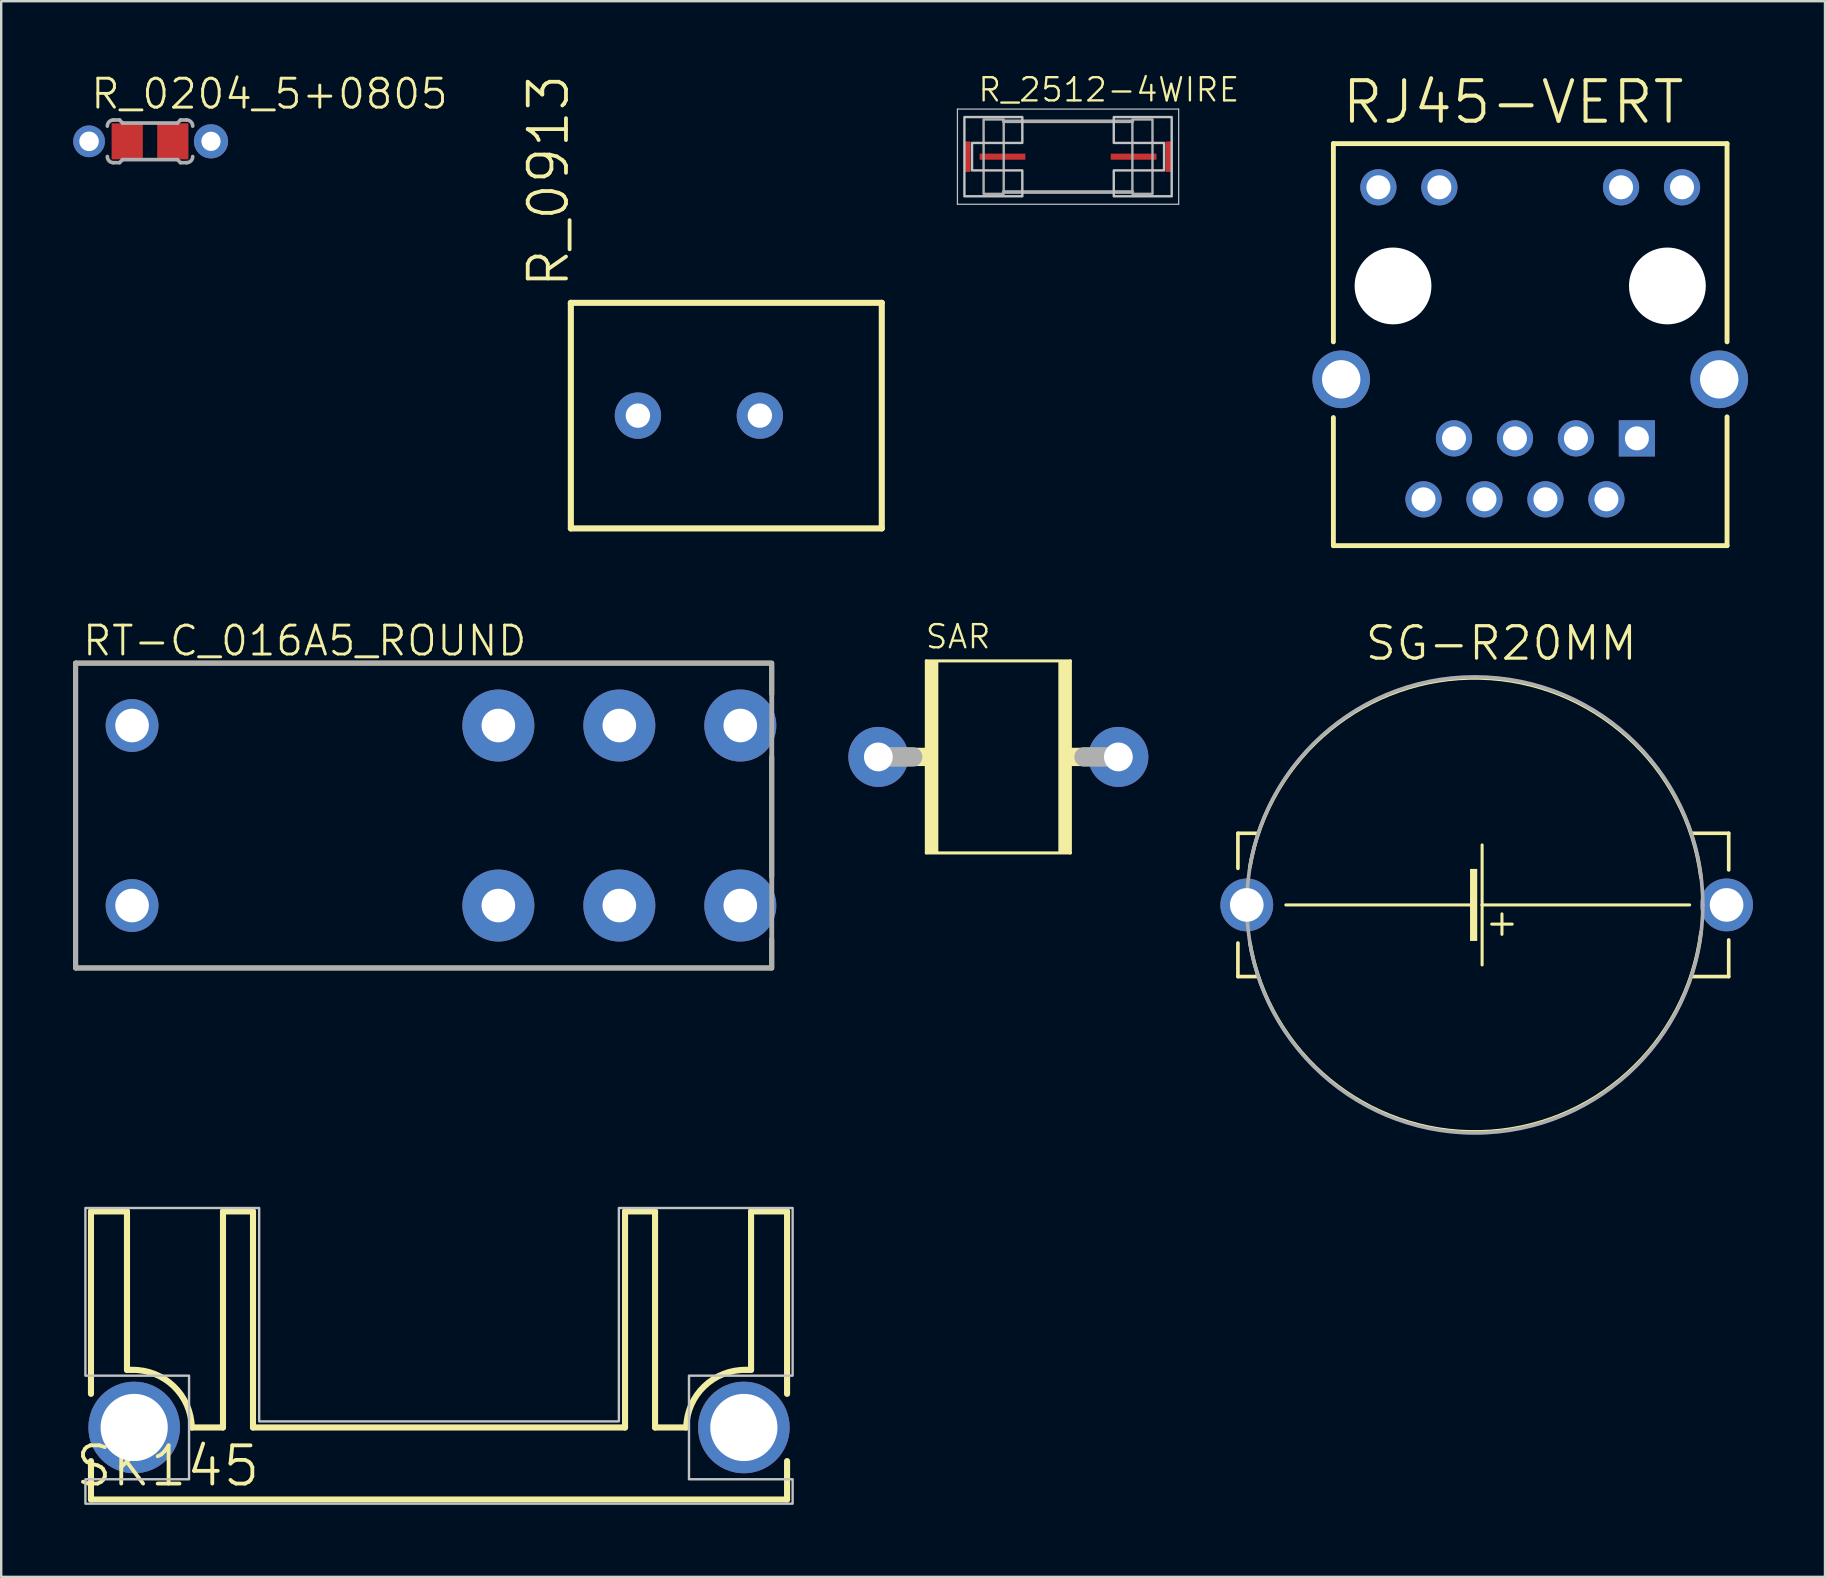
<source format=kicad_pcb>
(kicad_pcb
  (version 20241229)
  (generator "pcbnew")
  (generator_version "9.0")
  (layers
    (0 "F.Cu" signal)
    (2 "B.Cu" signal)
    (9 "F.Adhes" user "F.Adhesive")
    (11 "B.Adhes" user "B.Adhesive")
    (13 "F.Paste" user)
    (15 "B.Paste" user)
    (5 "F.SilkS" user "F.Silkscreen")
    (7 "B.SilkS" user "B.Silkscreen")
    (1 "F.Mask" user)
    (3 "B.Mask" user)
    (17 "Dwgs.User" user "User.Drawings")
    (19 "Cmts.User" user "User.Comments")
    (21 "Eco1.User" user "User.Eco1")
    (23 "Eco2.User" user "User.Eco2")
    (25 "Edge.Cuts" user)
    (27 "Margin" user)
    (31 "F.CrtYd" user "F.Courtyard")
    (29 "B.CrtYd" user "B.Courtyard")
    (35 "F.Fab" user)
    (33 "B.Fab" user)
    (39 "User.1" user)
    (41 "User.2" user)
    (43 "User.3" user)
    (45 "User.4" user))
  (footprint "SAR"
    (layer "F.Cu")
    (at 33.542 28.484)
    (property "Reference" "SAR" (at 1.905 -4.445 180) (layer "F.SilkS") (effects (font (size 0.965 0.965) (thickness 0.097)) (justify left bottom)))
    (attr through_hole)
    (fp_line (start 2 -4) (end 8 -4) (stroke (width 0.127) (type solid)) (layer "F.SilkS"))
    (fp_line (start 2 4) (end 2 -4) (stroke (width 0.127) (type solid)) (layer "F.SilkS"))
    (fp_line (start 8 -4) (end 8 4) (stroke (width 0.127) (type solid)) (layer "F.SilkS"))
    (fp_line (start 8 4) (end 2 4) (stroke (width 0.127) (type solid)) (layer "F.SilkS"))
    (fp_poly (pts (xy 1.46 0.381) (xy 2.032 0.381) (xy 2.032 -0.381) (xy 1.46 -0.381)) (stroke (width 0) (type solid)) (fill yes) (layer "F.SilkS"))
    (fp_poly (pts (xy 2 4) (xy 2.5 4) (xy 2.5 -4) (xy 2 -4)) (stroke (width 0) (type solid)) (fill yes) (layer "F.SilkS"))
    (fp_poly (pts (xy 7.5 4) (xy 8 4) (xy 8 -4) (xy 7.5 -4)) (stroke (width 0) (type solid)) (fill yes) (layer "F.SilkS"))
    (fp_poly (pts (xy 8.001 0.381) (xy 8.572 0.381) (xy 8.572 -0.381) (xy 8.001 -0.381)) (stroke (width 0) (type solid)) (fill yes) (layer "F.SilkS"))
    (fp_line (start 0 0) (end 1.429 0) (stroke (width 0.813) (type solid)) (layer "F.Fab"))
    (fp_line (start 8.572 0) (end 10 0) (stroke (width 0.813) (type solid)) (layer "F.Fab"))
    (pad "P$1" thru_hole circle (at 0 0) (size 2.5 2.5) (drill 1.2) (layers "*.Cu" "*.Mask"))
    (pad "P$2" thru_hole circle (at 10 0) (size 2.5 2.5) (drill 1.2) (layers "*.Cu" "*.Mask")))
  (footprint "R_0204_5+0805"
    (layer "F.Cu")
    (at 3.2 2.838)
    (property "Reference" "R_0204_5+0805" (at -2.54 -1.27 0) (layer "F.SilkS") (effects (font (size 1.206 1.206) (thickness 0.121)) (justify left bottom)))
    (attr through_hole)
    (fp_line (start -1.524 -0.889) (end -1.27 -0.889) (stroke (width 0.152) (type solid)) (layer "F.Fab"))
    (fp_line (start -1.524 0.889) (end -1.27 0.889) (stroke (width 0.152) (type solid)) (layer "F.Fab"))
    (fp_line (start -1.143 -0.762) (end -1.27 -0.889) (stroke (width 0.152) (type solid)) (layer "F.Fab"))
    (fp_line (start -1.143 0.762) (end -1.27 0.889) (stroke (width 0.152) (type solid)) (layer "F.Fab"))
    (fp_line (start 1.143 -0.762) (end -1.143 -0.762) (stroke (width 0.152) (type solid)) (layer "F.Fab"))
    (fp_line (start 1.143 -0.762) (end 1.27 -0.889) (stroke (width 0.152) (type solid)) (layer "F.Fab"))
    (fp_line (start 1.143 0.762) (end -1.143 0.762) (stroke (width 0.152) (type solid)) (layer "F.Fab"))
    (fp_line (start 1.143 0.762) (end 1.27 0.889) (stroke (width 0.152) (type solid)) (layer "F.Fab"))
    (fp_line (start 1.524 -0.889) (end 1.27 -0.889) (stroke (width 0.152) (type solid)) (layer "F.Fab"))
    (fp_line (start 1.524 0.889) (end 1.27 0.889) (stroke (width 0.152) (type solid)) (layer "F.Fab"))
    (fp_arc (start -1.778 -0.635) (mid -1.703605 -0.814605) (end -1.524 -0.889) (stroke (width 0.1524) (type solid)) (layer "F.Fab"))
    (fp_arc (start -1.524 0.889) (mid -1.703605 0.814605) (end -1.778 0.635) (stroke (width 0.1524) (type solid)) (layer "F.Fab"))
    (fp_arc (start 1.524 -0.889) (mid 1.703605 -0.814605) (end 1.778 -0.635) (stroke (width 0.1524) (type solid)) (layer "F.Fab"))
    (fp_arc (start 1.778 0.635) (mid 1.703605 0.814605) (end 1.524 0.889) (stroke (width 0.1524) (type solid)) (layer "F.Fab"))
    (pad "1" smd rect (at -0.95 0) (size 1.3 1.5) (layers "F.Cu" "F.Mask" "F.Paste"))
    (pad "1.1" thru_hole circle (at -2.54 0 180) (size 1.321 1.321) (drill 0.813) (layers "*.Cu" "*.Mask"))
    (pad "2" smd rect (at 0.95 0) (size 1.3 1.5) (layers "F.Cu" "F.Mask" "F.Paste"))
    (pad "2.1" thru_hole circle (at 2.54 0 90) (size 1.422 1.422) (drill 0.8) (layers "*.Cu" "*.Mask")))
  (footprint "R_0913"
    (layer "F.Cu")
    (at 27.082 14.265)
    (property "Reference" "R_0913" (at -6.35 -5.232 90) (layer "F.SilkS") (effects (font (size 1.593 1.593) (thickness 0.159)) (justify left bottom)))
    (attr through_hole)
    (fp_line (start -6.35 -4.699) (end 6.604 -4.699) (stroke (width 0.254) (type solid)) (layer "F.SilkS"))
    (fp_line (start -6.35 4.699) (end -6.35 -4.699) (stroke (width 0.254) (type solid)) (layer "F.SilkS"))
    (fp_line (start 6.604 -4.699) (end 6.604 4.699) (stroke (width 0.254) (type solid)) (layer "F.SilkS"))
    (fp_line (start 6.604 4.699) (end -6.35 4.699) (stroke (width 0.254) (type solid)) (layer "F.SilkS"))
    (pad "1" thru_hole circle (at -3.556 0) (size 1.93 1.93) (drill 1.016) (layers "*.Cu" "*.Mask"))
    (pad "2" thru_hole circle (at 1.524 0) (size 1.93 1.93) (drill 1.016) (layers "*.Cu" "*.Mask")))
  (footprint "RT-C_016A5_ROUND"
    (layer "F.Cu")
    (at 2.452 27.176)
    (property "Reference" "RT-C_016A5_ROUND" (at -2.132 -2.824 0) (layer "F.SilkS") (effects (font (size 1.206 1.206) (thickness 0.121)) (justify left bottom)))
    (attr through_hole)
    (fp_line (start -2.35 -2.6) (end 26.6 -2.6) (stroke (width 0.203) (type solid)) (layer "F.SilkS"))
    (fp_line (start -2.35 10.1) (end -2.35 -2.6) (stroke (width 0.203) (type solid)) (layer "F.SilkS"))
    (fp_line (start -2.35 10.1) (end 26.65 10.1) (stroke (width 0.203) (type solid)) (layer "F.SilkS"))
    (fp_line (start 26.65 -1.3) (end 26.65 -2.6) (stroke (width 0.203) (type solid)) (layer "F.SilkS"))
    (fp_line (start 26.65 6.3) (end 26.65 1.3) (stroke (width 0.203) (type solid)) (layer "F.SilkS"))
    (fp_line (start 26.65 10.1) (end 26.65 8.9) (stroke (width 0.203) (type solid)) (layer "F.SilkS"))
    (fp_line (start -2.35 -2.6) (end 26.6 -2.6) (stroke (width 0.203) (type solid)) (layer "F.Fab"))
    (fp_line (start -2.35 10.1) (end -2.35 -2.6) (stroke (width 0.203) (type solid)) (layer "F.Fab"))
    (fp_line (start 26.65 -2.6) (end 26.65 10.03) (stroke (width 0.203) (type solid)) (layer "F.Fab"))
    (fp_line (start 26.65 10.1) (end -2.35 10.1) (stroke (width 0.203) (type solid)) (layer "F.Fab"))
    (pad "11A" thru_hole circle (at 20.3 0 90) (size 3 3) (drill 1.4) (layers "*.Cu" "*.Mask"))
    (pad "11B" thru_hole circle (at 20.3 7.5 90) (size 3 3) (drill 1.4) (layers "*.Cu" "*.Mask"))
    (pad "12A" thru_hole circle (at 15.26 0 90) (size 3 3) (drill 1.4) (layers "*.Cu" "*.Mask"))
    (pad "12B" thru_hole circle (at 15.26 7.5 90) (size 3 3) (drill 1.4) (layers "*.Cu" "*.Mask"))
    (pad "14A" thru_hole circle (at 25.34 0 90) (size 3 3) (drill 1.4) (layers "*.Cu" "*.Mask"))
    (pad "14B" thru_hole circle (at 25.34 7.5 90) (size 3 3) (drill 1.4) (layers "*.Cu" "*.Mask"))
    (pad "A1" thru_hole circle (at 0 7.5) (size 2.2 2.2) (drill 1.4) (layers "*.Cu" "*.Mask"))
    (pad "A2" thru_hole circle (at 0 0) (size 2.2 2.2) (drill 1.4) (layers "*.Cu" "*.Mask")))
  (footprint "SK145"
    (layer "F.Cu")
    (at 15.24 56.42)
    (property "Reference" "SK145" (at -15.24 2.54 180) (layer "F.SilkS") (effects (font (size 1.593 1.593) (thickness 0.159)) (justify left bottom)))
    (attr through_hole)
    (fp_line (start -14.5 -9) (end -14.5 -1.4) (stroke (width 0.254) (type solid)) (layer "F.SilkS"))
    (fp_line (start -14.5 -9) (end -13 -9) (stroke (width 0.254) (type solid)) (layer "F.SilkS"))
    (fp_line (start -14.5 1.4) (end -14.5 3) (stroke (width 0.254) (type solid)) (layer "F.SilkS"))
    (fp_line (start -14.5 3) (end 14.5 3) (stroke (width 0.254) (type solid)) (layer "F.SilkS"))
    (fp_line (start -13 -9) (end -13 -2.4) (stroke (width 0.254) (type solid)) (layer "F.SilkS"))
    (fp_line (start -13 -2.4) (end -12.8 -2.4) (stroke (width 0.254) (type solid)) (layer "F.SilkS"))
    (fp_line (start -10.3 0) (end -9 0) (stroke (width 0.254) (type solid)) (layer "F.SilkS"))
    (fp_line (start -9 -9) (end -7.75 -9) (stroke (width 0.254) (type solid)) (layer "F.SilkS"))
    (fp_line (start -9 0) (end -9 -9) (stroke (width 0.254) (type solid)) (layer "F.SilkS"))
    (fp_line (start -7.75 -9) (end -7.75 0) (stroke (width 0.254) (type solid)) (layer "F.SilkS"))
    (fp_line (start 7.75 -9) (end 7.75 0) (stroke (width 0.254) (type solid)) (layer "F.SilkS"))
    (fp_line (start 7.75 0) (end -7.75 0) (stroke (width 0.254) (type solid)) (layer "F.SilkS"))
    (fp_line (start 9 -9) (end 7.75 -9) (stroke (width 0.254) (type solid)) (layer "F.SilkS"))
    (fp_line (start 9 0) (end 9 -9) (stroke (width 0.254) (type solid)) (layer "F.SilkS"))
    (fp_line (start 10.3 0) (end 9 0) (stroke (width 0.254) (type solid)) (layer "F.SilkS"))
    (fp_line (start 13 -9) (end 13 -2.4) (stroke (width 0.254) (type solid)) (layer "F.SilkS"))
    (fp_line (start 13 -2.4) (end 12.8 -2.4) (stroke (width 0.254) (type solid)) (layer "F.SilkS"))
    (fp_line (start 14.5 -9) (end 13 -9) (stroke (width 0.254) (type solid)) (layer "F.SilkS"))
    (fp_line (start 14.5 -9) (end 14.5 -1.4) (stroke (width 0.254) (type solid)) (layer "F.SilkS"))
    (fp_line (start 14.5 1.4) (end 14.5 3) (stroke (width 0.254) (type solid)) (layer "F.SilkS"))
    (fp_arc (start -12.8 -2.4) (mid -11.052944 -1.717767) (end -10.3 0) (stroke (width 0.254) (type solid)) (layer "F.SilkS"))
    (fp_arc (start 10.3 0) (mid 11.052944 -1.717767) (end 12.8 -2.4) (stroke (width 0.254) (type solid)) (layer "F.SilkS"))
    (fp_poly (pts (xy 7.493 -9.144) (xy 14.732 -9.144) (xy 14.732 -2.159) (xy 10.414 -2.159) (xy 10.414 2.159) (xy 14.732 2.159) (xy 14.732 3.175) (xy -14.732 3.175) (xy -14.732 2.159) (xy -10.414 2.159) (xy -10.414 -2.159) (xy -14.732 -2.159) (xy -14.732 -9.144) (xy -7.493 -9.144) (xy -7.493 -0.254) (xy 7.493 -0.254)) (stroke (width 0.1) (type solid)) (fill no) (layer "Dwgs.User"))
    (pad "1" thru_hole circle (at -12.7 0) (size 3.816 3.816) (drill 2.8) (layers "*.Cu" "*.Mask"))
    (pad "2" thru_hole circle (at 12.7 0) (size 3.816 3.816) (drill 2.8) (layers "*.Cu" "*.Mask")))
  (footprint "R_2512-4WIRE"
    (layer "F.Cu")
    (at 41.446 3.477)
    (property "Reference" "R_2512-4WIRE" (at -3.81 -2.223 180) (layer "F.SilkS") (effects (font (size 0.965 0.965) (thickness 0.097)) (justify left bottom)))
    (attr through_hole)
    (fp_poly (pts (xy -3.683 -0.127) (xy -2.032 -0.127) (xy -2.032 0.127) (xy -3.683 0.127)) (stroke (width 0) (type solid)) (fill yes) (layer "F.Mask"))
    (fp_poly (pts (xy 3.683 -0.127) (xy 3.683 0.127) (xy 2.032 0.127) (xy 2.032 -0.127)) (stroke (width 0) (type solid)) (fill yes) (layer "F.Mask"))
    (fp_poly (pts (xy -1.841 0.508) (xy -3.937 0.508) (xy -3.937 -0.508) (xy -1.841 -0.508) (xy -1.841 -1.714) (xy -4.381 -1.714) (xy -4.381 1.714) (xy -1.841 1.714)) (stroke (width 0) (type solid)) (fill yes) (layer "F.Mask"))
    (fp_poly (pts (xy 1.841 0.508) (xy 3.937 0.508) (xy 3.937 -0.508) (xy 1.841 -0.508) (xy 1.841 -1.714) (xy 4.381 -1.714) (xy 4.381 1.714) (xy 1.841 1.714)) (stroke (width 0) (type solid)) (fill yes) (layer "F.Mask"))
    (fp_poly (pts (xy -3.683 -0.127) (xy -2.032 -0.127) (xy -2.032 0.127) (xy -3.683 0.127)) (stroke (width 0) (type solid)) (fill yes) (layer "F.Paste"))
    (fp_poly (pts (xy 2.032 -0.127) (xy 3.683 -0.127) (xy 3.683 0.127) (xy 2.032 0.127)) (stroke (width 0) (type solid)) (fill yes) (layer "F.Paste"))
    (fp_poly (pts (xy -1.905 0.572) (xy -4 0.572) (xy -4 -0.572) (xy -1.905 -0.572) (xy -1.905 -1.651) (xy -4.318 -1.651) (xy -4.318 1.651) (xy -1.905 1.651)) (stroke (width 0) (type solid)) (fill yes) (layer "F.Paste"))
    (fp_poly (pts (xy 1.905 -0.572) (xy 4 -0.572) (xy 4 0.572) (xy 1.905 0.572) (xy 1.905 1.651) (xy 4.318 1.651) (xy 4.318 -1.651) (xy 1.905 -1.651)) (stroke (width 0) (type solid)) (fill yes) (layer "F.Paste"))
    (fp_line (start -4.608 -1.983) (end 4.608 -1.983) (stroke (width 0.051) (type solid)) (layer "Dwgs.User"))
    (fp_line (start -4.608 1.983) (end -4.608 -1.983) (stroke (width 0.051) (type solid)) (layer "Dwgs.User"))
    (fp_line (start 4.608 -1.983) (end 4.608 1.983) (stroke (width 0.051) (type solid)) (layer "Dwgs.User"))
    (fp_line (start 4.608 1.983) (end -4.608 1.983) (stroke (width 0.051) (type solid)) (layer "Dwgs.User"))
    (fp_poly (pts (xy -1.905 0.572) (xy -4 0.572) (xy -4 -0.572) (xy -1.905 -0.572) (xy -1.905 -1.651) (xy -4.318 -1.651) (xy -4.318 1.651) (xy -1.905 1.651)) (stroke (width 0.1) (type solid)) (fill no) (layer "Dwgs.User"))
    (fp_poly (pts (xy 1.905 0.572) (xy 4 0.572) (xy 4 -0.572) (xy 1.905 -0.572) (xy 1.905 -1.651) (xy 4.318 -1.651) (xy 4.318 1.651) (xy 1.905 1.651)) (stroke (width 0.1) (type solid)) (fill no) (layer "Dwgs.User"))
    (fp_line (start -2.68 -1.473) (end 2.68 -1.473) (stroke (width 0.152) (type solid)) (layer "F.Fab"))
    (fp_line (start -2.68 1.473) (end 2.68 1.473) (stroke (width 0.152) (type solid)) (layer "F.Fab"))
    (fp_poly (pts (xy -3.518 1.549) (xy -2.68 1.549) (xy -2.68 -1.549) (xy -3.518 -1.549)) (stroke (width 0.1) (type solid)) (fill no) (layer "F.Fab"))
    (fp_poly (pts (xy 2.68 1.549) (xy 3.518 1.549) (xy 3.518 -1.549) (xy 2.68 -1.549)) (stroke (width 0.1) (type solid)) (fill no) (layer "F.Fab"))
    (pad "1" smd rect (at -4.191 0 90) (size 1.27 0.254) (layers "F.Cu" "F.Mask"))
    (pad "1S" smd rect (at -2.731 0) (size 1.905 0.254) (layers "F.Cu" "F.Mask"))
    (pad "2" smd rect (at 4.191 0 90) (size 1.27 0.254) (layers "F.Cu" "F.Mask"))
    (pad "2S" smd rect (at 2.731 0 180) (size 1.905 0.254) (layers "F.Cu" "F.Mask")))
  (footprint "SG-R20MM"
    (layer "F.Cu")
    (at 58.493 34.65)
    (property "Reference" "SG-R20MM" (at -4.75 -10.109 0) (layer "F.SilkS") (effects (font (size 1.351 1.351) (thickness 0.135)) (justify left bottom)))
    (attr through_hole)
    (fp_line (start -9.97 -2.985) (end -9.97 -1.524) (stroke (width 0.152) (type solid)) (layer "F.SilkS"))
    (fp_line (start -9.97 2.985) (end -9.97 1.587) (stroke (width 0.152) (type solid)) (layer "F.SilkS"))
    (fp_line (start -9.144 -2.985) (end -9.97 -2.985) (stroke (width 0.152) (type solid)) (layer "F.SilkS"))
    (fp_line (start -9.144 2.985) (end -9.97 2.985) (stroke (width 0.152) (type solid)) (layer "F.SilkS"))
    (fp_line (start -0.27 0) (end -7.974 0) (stroke (width 0.127) (type solid)) (layer "F.SilkS"))
    (fp_line (start 0.203 -2.5) (end 0.203 0) (stroke (width 0.127) (type solid)) (layer "F.SilkS"))
    (fp_line (start 0.203 0) (end 0.203 2.5) (stroke (width 0.127) (type solid)) (layer "F.SilkS"))
    (fp_line (start 1.03 0.373) (end 1.03 1.227) (stroke (width 0.127) (type solid)) (layer "F.SilkS"))
    (fp_line (start 1.457 0.8) (end 0.603 0.8) (stroke (width 0.127) (type solid)) (layer "F.SilkS"))
    (fp_line (start 8.85 0) (end 0.203 0) (stroke (width 0.127) (type solid)) (layer "F.SilkS"))
    (fp_line (start 8.954 -2.985) (end 10.477 -2.985) (stroke (width 0.152) (type solid)) (layer "F.SilkS"))
    (fp_line (start 8.954 2.985) (end 10.477 2.985) (stroke (width 0.152) (type solid)) (layer "F.SilkS"))
    (fp_line (start 10.477 -2.985) (end 10.477 -1.46) (stroke (width 0.152) (type solid)) (layer "F.SilkS"))
    (fp_line (start 10.477 2.985) (end 10.477 1.46) (stroke (width 0.152) (type solid)) (layer "F.SilkS"))
    (fp_arc (start -9.4742 -1.5748) (mid 0.109831 -9.456736) (end 9.321801 -1.143001) (stroke (width 0.1524) (type solid)) (layer "F.SilkS"))
    (fp_arc (start 9.3218 1.143) (mid 0.109832 9.456735) (end -9.474199 1.574801) (stroke (width 0.1524) (type solid)) (layer "F.SilkS"))
    (fp_poly (pts (xy 0 1.5) (xy 0 -1.5) (xy -0.3 -1.5) (xy -0.3 1.5)) (stroke (width 0) (type solid)) (fill yes) (layer "F.SilkS"))
    (fp_arc (start -9.6012 0) (mid -0.1016 -9.4996) (end 9.398 0) (stroke (width 0.1524) (type solid)) (layer "F.Fab"))
    (fp_arc (start 9.398 0) (mid -0.1016 9.4996) (end -9.6012 0) (stroke (width 0.1524) (type solid)) (layer "F.Fab"))
    (pad "1" thru_hole circle (at 10.389 0 180) (size 2.2 2.2) (drill 1.4) (layers "*.Cu" "*.Mask"))
    (pad "2" thru_hole circle (at -9.601 0) (size 2.2 2.2) (drill 1.4) (layers "*.Cu" "*.Mask")))
  (footprint "RJ45-VERT"
    (layer "F.Cu")
    (at 60.7 10.133)
    (property "Reference" "RJ45-VERT" (at -7.938 -7.938 0) (layer "F.SilkS") (effects (font (size 1.689 1.689) (thickness 0.169)) (justify left bottom)))
    (attr through_hole)
    (fp_line (start -8.2 -7.2) (end 8.2 -7.2) (stroke (width 0.203) (type solid)) (layer "F.SilkS"))
    (fp_line (start -8.2 1.059) (end -8.2 -7.2) (stroke (width 0.203) (type solid)) (layer "F.SilkS"))
    (fp_line (start -8.2 9.549) (end -8.2 4.213) (stroke (width 0.203) (type solid)) (layer "F.SilkS"))
    (fp_line (start 8.2 -7.2) (end 8.2 1.059) (stroke (width 0.203) (type solid)) (layer "F.SilkS"))
    (fp_line (start 8.2 4.183) (end 8.2 9.549) (stroke (width 0.203) (type solid)) (layer "F.SilkS"))
    (fp_line (start 8.2 9.549) (end -8.2 9.549) (stroke (width 0.203) (type solid)) (layer "F.SilkS"))
    (pad "" np_thru_hole circle (at -5.715 -1.27) (size 3.2 3.2) (drill 3.2) (layers "*.Cu"))
    (pad "" np_thru_hole circle (at 5.715 -1.27) (size 3.2 3.2) (drill 3.2) (layers "*.Cu"))
    (pad "1" thru_hole rect (at 4.445 5.08 180) (size 1.508 1.508) (drill 1) (layers "*.Cu" "*.Mask"))
    (pad "2" thru_hole circle (at 3.175 7.62 180) (size 1.508 1.508) (drill 1) (layers "*.Cu" "*.Mask"))
    (pad "3" thru_hole circle (at 1.905 5.08 180) (size 1.508 1.508) (drill 1) (layers "*.Cu" "*.Mask"))
    (pad "4" thru_hole circle (at 0.635 7.62 180) (size 1.508 1.508) (drill 1) (layers "*.Cu" "*.Mask"))
    (pad "5" thru_hole circle (at -0.635 5.08 180) (size 1.508 1.508) (drill 1) (layers "*.Cu" "*.Mask"))
    (pad "6" thru_hole circle (at -1.905 7.62 180) (size 1.508 1.508) (drill 1) (layers "*.Cu" "*.Mask"))
    (pad "7" thru_hole circle (at -3.175 5.08 180) (size 1.508 1.508) (drill 1) (layers "*.Cu" "*.Mask"))
    (pad "8" thru_hole circle (at -4.445 7.62 180) (size 1.508 1.508) (drill 1) (layers "*.Cu" "*.Mask"))
    (pad "9" thru_hole circle (at 6.325 -5.38 180) (size 1.508 1.508) (drill 1) (layers "*.Cu" "*.Mask"))
    (pad "10" thru_hole circle (at 3.785 -5.38 180) (size 1.508 1.508) (drill 1) (layers "*.Cu" "*.Mask"))
    (pad "11" thru_hole circle (at -3.785 -5.38 180) (size 1.508 1.508) (drill 1) (layers "*.Cu" "*.Mask"))
    (pad "12" thru_hole circle (at -6.325 -5.38 180) (size 1.508 1.508) (drill 1) (layers "*.Cu" "*.Mask"))
    (pad "SH1" thru_hole circle (at 7.875 2.62 180) (size 2.4 2.4) (drill 1.6) (layers "*.Cu" "*.Mask"))
    (pad "SH2" thru_hole circle (at -7.875 2.62 180) (size 2.4 2.4) (drill 1.6) (layers "*.Cu" "*.Mask")))
  (gr_rect
    (start -3 -3)
    (end 72.981 62.645)
    (stroke (width 0.1) (type default))
    (fill no)
    (layer "Edge.Cuts")))
</source>
